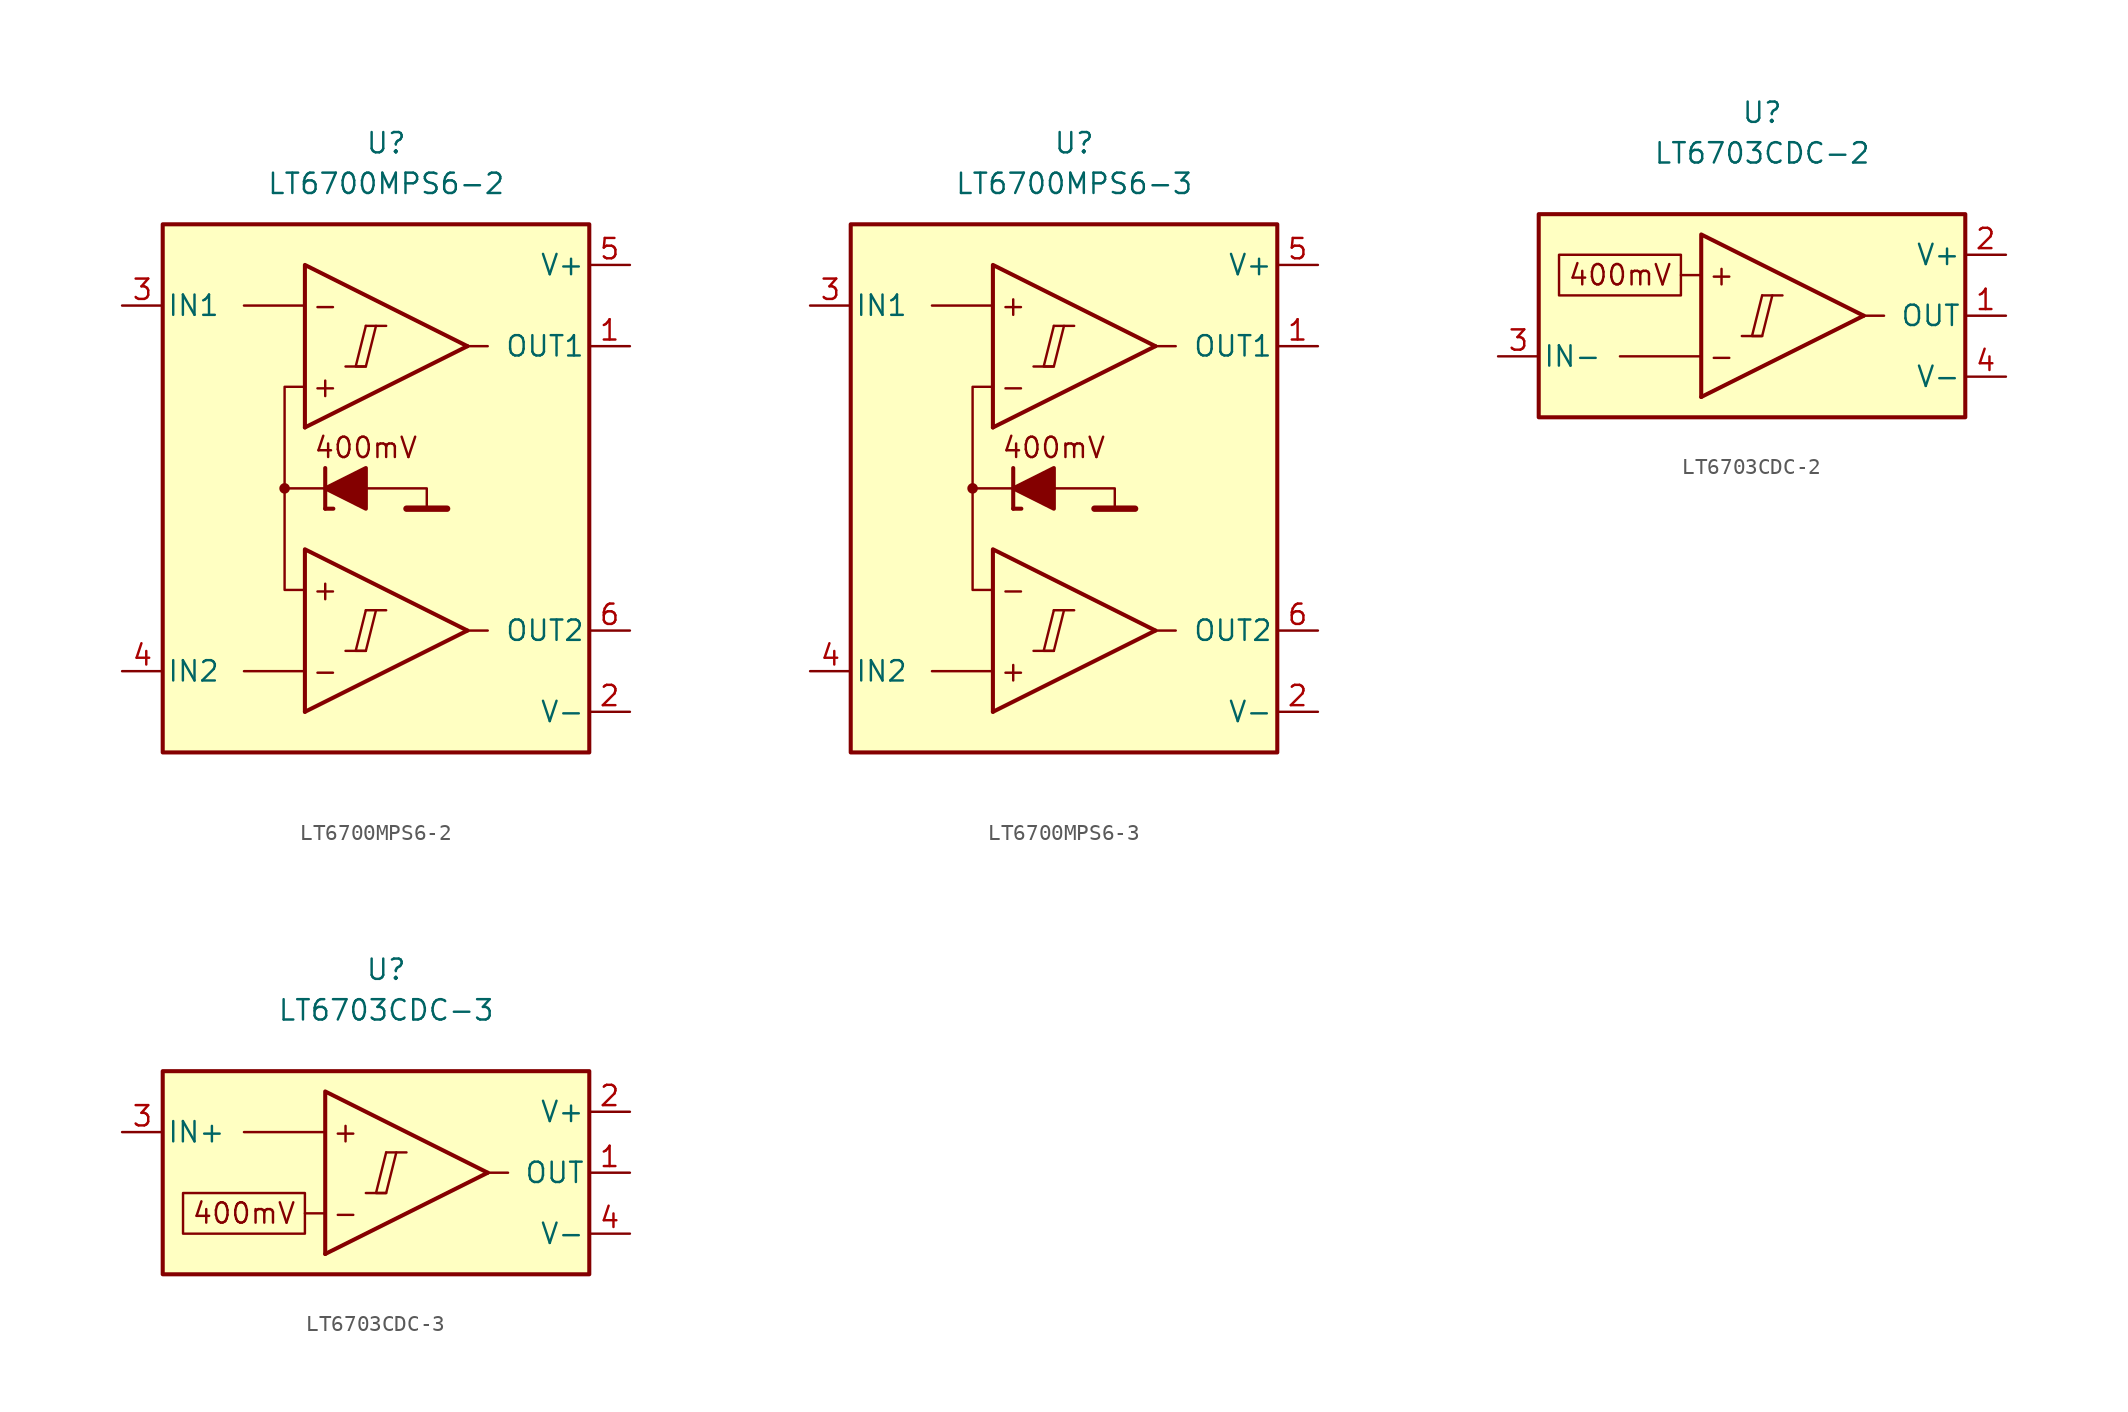
<source format=kicad_sym>
(kicad_symbol_lib
  (version 20231120)
  (generator "kicad_symbol_editor")
  (generator_version "8.0")
  (symbol "LT6700MPS6-2"
    (pin_names
      (offset 0.254))
    (property "Reference" "U"
      (at 0 22.86 0)
      (effects (font (size 1.27 1.27))))
    (property "Value" "LT6700MPS6-2"
      (at 0 20.32 0)
      (effects (font (size 1.27 1.27))))
    (symbol "LT6700MPS6-2_0_0"
      (rectangle (start -13.97 17.78) (end 12.7 -15.24) (stroke (width 0.254) (type default)) (fill (type background)))
      (circle (center -6.35 1.27) (radius 0.254) (stroke (width 0.152) (type default)) (fill (type outline)))
      (polyline (pts (xy -2.54 -8.89) (xy -1.27 -8.89)) (stroke (width 0.152) (type default)) (fill (type none)))
      (polyline (pts (xy -2.54 8.89) (xy -1.27 8.89)) (stroke (width 0.152) (type default)) (fill (type none)))
      (polyline (pts (xy -1.27 -6.35) (xy 0 -6.35)) (stroke (width 0.152) (type default)) (fill (type none)))
      (polyline (pts (xy -1.27 11.43) (xy 0 11.43)) (stroke (width 0.152) (type default)) (fill (type none)))
      (polyline (pts (xy 5.08 -7.62) (xy -5.08 -12.7)) (stroke (width 0.254) (type default)) (fill (type none)))
      (polyline (pts (xy 5.08 10.16) (xy -5.08 5.08)) (stroke (width 0.254) (type default)) (fill (type none)))
      (polyline (pts (xy 5.08 -7.62) (xy -5.08 -2.54) (xy -5.08 -12.7)) (stroke (width 0.254) (type default)) (fill (type background)))
      (polyline (pts (xy 5.08 10.16) (xy -5.08 15.24) (xy -5.08 5.08)) (stroke (width 0.254) (type default)) (fill (type background)))
      (polyline (pts (xy -1.27 -6.35) (xy -1.905 -8.89) (xy -1.27 -8.89) (xy -0.635 -6.35)) (stroke (width 0.152) (type default)) (fill (type none)))
      (polyline (pts (xy -1.27 11.43) (xy -1.905 8.89) (xy -1.27 8.89) (xy -0.635 11.43)) (stroke (width 0.152) (type default)) (fill (type none)))
      (text "+" (at -3.81 -5.08 0) (effects (font (size 1.27 1.27))))
      (text "+" (at -3.81 7.62 0) (effects (font (size 1.27 1.27))))
      (text "-" (at -3.81 -10.16 0) (effects (font (size 1.27 1.27))))
      (text "-" (at -3.81 12.7 0) (effects (font (size 1.27 1.27)))))
    (symbol "LT6700MPS6-2_0_1"
      (polyline (pts (xy -5.08 -10.16) (xy -8.89 -10.16)) (stroke (width 0) (type default)) (fill (type none)))
      (polyline (pts (xy -5.08 12.7) (xy -8.89 12.7)) (stroke (width 0) (type default)) (fill (type none)))
      (polyline (pts (xy -3.81 0) (xy -3.81 2.54)) (stroke (width 0.254) (type default)) (fill (type none)))
      (polyline (pts (xy -3.81 0) (xy -3.302 0)) (stroke (width 0.254) (type default)) (fill (type none)))
      (polyline (pts (xy -3.81 1.27) (xy -6.35 1.27)) (stroke (width 0.152) (type default)) (fill (type none)))
      (polyline (pts (xy 1.27 0) (xy 3.81 0)) (stroke (width 0.4) (type default)) (fill (type none)))
      (polyline (pts (xy 5.08 -7.62) (xy 6.35 -7.62)) (stroke (width 0) (type default)) (fill (type none)))
      (polyline (pts (xy 5.08 10.16) (xy 6.35 10.16)) (stroke (width 0) (type default)) (fill (type none)))
      (polyline (pts (xy -1.27 1.27) (xy 2.54 1.27) (xy 2.54 0)) (stroke (width 0.152) (type default)) (fill (type none)))
      (polyline (pts (xy -5.08 -5.08) (xy -6.35 -5.08) (xy -6.35 7.62) (xy -5.08 7.62)) (stroke (width 0.152) (type default)) (fill (type none)))
      (polyline (pts (xy -1.27 2.54) (xy -1.27 0) (xy -3.81 1.27) (xy -1.27 2.54)) (stroke (width 0.254) (type default)) (fill (type outline))))
    (symbol "LT6700MPS6-2_1_0"
      (text "400mV" (at -1.27 3.81 0) (effects (font (size 1.27 1.27)))))
    (symbol "LT6700MPS6-2_1_1"
      (pin output line (at 15.24 10.16 180) (length 2.54) (name "OUT1" (effects (font (size 1.27 1.27)))) (number "1" (effects (font (size 1.27 1.27)))))
      (pin power_in line (at 15.24 -12.7 180) (length 2.54) (name "V-" (effects (font (size 1.27 1.27)))) (number "2" (effects (font (size 1.27 1.27)))))
      (pin input line (at -16.51 12.7 0) (length 2.54) (name "IN1" (effects (font (size 1.27 1.27)))) (number "3" (effects (font (size 1.27 1.27)))))
      (pin input line (at -16.51 -10.16 0) (length 2.54) (name "IN2" (effects (font (size 1.27 1.27)))) (number "4" (effects (font (size 1.27 1.27)))))
      (pin power_in line (at 15.24 15.24 180) (length 2.54) (name "V+" (effects (font (size 1.27 1.27)))) (number "5" (effects (font (size 1.27 1.27)))))
      (pin output line (at 15.24 -7.62 180) (length 2.54) (name "OUT2" (effects (font (size 1.27 1.27)))) (number "6" (effects (font (size 1.27 1.27)))))))
  (symbol "LT6700MPS6-3"
    (pin_names
      (offset 0.254))
    (property "Reference" "U"
      (at 0 22.86 0)
      (effects (font (size 1.27 1.27))))
    (property "Value" "LT6700MPS6-3"
      (at 0 20.32 0)
      (effects (font (size 1.27 1.27))))
    (symbol "LT6700MPS6-3_0_0"
      (rectangle (start -13.97 17.78) (end 12.7 -15.24) (stroke (width 0.254) (type default)) (fill (type background)))
      (circle (center -6.35 1.27) (radius 0.254) (stroke (width 0.152) (type default)) (fill (type outline)))
      (polyline (pts (xy -2.54 -8.89) (xy -1.27 -8.89)) (stroke (width 0.152) (type default)) (fill (type none)))
      (polyline (pts (xy -2.54 8.89) (xy -1.27 8.89)) (stroke (width 0.152) (type default)) (fill (type none)))
      (polyline (pts (xy -1.27 -6.35) (xy 0 -6.35)) (stroke (width 0.152) (type default)) (fill (type none)))
      (polyline (pts (xy -1.27 11.43) (xy 0 11.43)) (stroke (width 0.152) (type default)) (fill (type none)))
      (polyline (pts (xy 5.08 -7.62) (xy -5.08 -12.7)) (stroke (width 0.254) (type default)) (fill (type none)))
      (polyline (pts (xy 5.08 10.16) (xy -5.08 5.08)) (stroke (width 0.254) (type default)) (fill (type none)))
      (polyline (pts (xy 5.08 -7.62) (xy -5.08 -2.54) (xy -5.08 -12.7)) (stroke (width 0.254) (type default)) (fill (type background)))
      (polyline (pts (xy 5.08 10.16) (xy -5.08 15.24) (xy -5.08 5.08)) (stroke (width 0.254) (type default)) (fill (type background)))
      (polyline (pts (xy -1.27 -6.35) (xy -1.905 -8.89) (xy -1.27 -8.89) (xy -0.635 -6.35)) (stroke (width 0.152) (type default)) (fill (type none)))
      (polyline (pts (xy -1.27 11.43) (xy -1.905 8.89) (xy -1.27 8.89) (xy -0.635 11.43)) (stroke (width 0.152) (type default)) (fill (type none)))
      (text "+" (at -3.81 -10.16 0) (effects (font (size 1.27 1.27))))
      (text "+" (at -3.81 12.7 0) (effects (font (size 1.27 1.27))))
      (text "-" (at -3.81 -5.08 0) (effects (font (size 1.27 1.27))))
      (text "-" (at -3.81 7.62 0) (effects (font (size 1.27 1.27)))))
    (symbol "LT6700MPS6-3_0_1"
      (polyline (pts (xy -5.08 -10.16) (xy -8.89 -10.16)) (stroke (width 0) (type default)) (fill (type none)))
      (polyline (pts (xy -5.08 12.7) (xy -8.89 12.7)) (stroke (width 0) (type default)) (fill (type none)))
      (polyline (pts (xy -3.81 0) (xy -3.81 2.54)) (stroke (width 0.254) (type default)) (fill (type none)))
      (polyline (pts (xy -3.81 0) (xy -3.302 0)) (stroke (width 0.254) (type default)) (fill (type none)))
      (polyline (pts (xy -3.81 1.27) (xy -6.35 1.27)) (stroke (width 0.152) (type default)) (fill (type none)))
      (polyline (pts (xy 1.27 0) (xy 3.81 0)) (stroke (width 0.4) (type default)) (fill (type none)))
      (polyline (pts (xy 5.08 -7.62) (xy 6.35 -7.62)) (stroke (width 0) (type default)) (fill (type none)))
      (polyline (pts (xy 5.08 10.16) (xy 6.35 10.16)) (stroke (width 0) (type default)) (fill (type none)))
      (polyline (pts (xy -1.27 1.27) (xy 2.54 1.27) (xy 2.54 0)) (stroke (width 0.152) (type default)) (fill (type none)))
      (polyline (pts (xy -5.08 -5.08) (xy -6.35 -5.08) (xy -6.35 7.62) (xy -5.08 7.62)) (stroke (width 0.152) (type default)) (fill (type none)))
      (polyline (pts (xy -1.27 2.54) (xy -1.27 0) (xy -3.81 1.27) (xy -1.27 2.54)) (stroke (width 0.254) (type default)) (fill (type outline))))
    (symbol "LT6700MPS6-3_1_0"
      (text "400mV" (at -1.27 3.81 0) (effects (font (size 1.27 1.27)))))
    (symbol "LT6700MPS6-3_1_1"
      (pin output line (at 15.24 10.16 180) (length 2.54) (name "OUT1" (effects (font (size 1.27 1.27)))) (number "1" (effects (font (size 1.27 1.27)))))
      (pin power_in line (at 15.24 -12.7 180) (length 2.54) (name "V-" (effects (font (size 1.27 1.27)))) (number "2" (effects (font (size 1.27 1.27)))))
      (pin input line (at -16.51 12.7 0) (length 2.54) (name "IN1" (effects (font (size 1.27 1.27)))) (number "3" (effects (font (size 1.27 1.27)))))
      (pin input line (at -16.51 -10.16 0) (length 2.54) (name "IN2" (effects (font (size 1.27 1.27)))) (number "4" (effects (font (size 1.27 1.27)))))
      (pin power_in line (at 15.24 15.24 180) (length 2.54) (name "V+" (effects (font (size 1.27 1.27)))) (number "5" (effects (font (size 1.27 1.27)))))
      (pin output line (at 15.24 -7.62 180) (length 2.54) (name "OUT2" (effects (font (size 1.27 1.27)))) (number "6" (effects (font (size 1.27 1.27)))))))
  (symbol "LT6703CDC-2"
    (pin_names
      (offset 0.254))
    (property "Reference" "U"
      (at 0 12.7 0)
      (effects (font (size 1.27 1.27))))
    (property "Value" "LT6703CDC-2"
      (at 0 10.16 0)
      (effects (font (size 1.27 1.27))))
    (symbol "LT6703CDC-2_0_0"
      (polyline (pts (xy -1.27 -1.27) (xy 0 -1.27)) (stroke (width 0.152) (type default)) (fill (type none)))
      (polyline (pts (xy 0 1.27) (xy 1.27 1.27)) (stroke (width 0.152) (type default)) (fill (type none)))
      (polyline (pts (xy 6.35 0) (xy -3.81 -5.08)) (stroke (width 0.254) (type default)) (fill (type none)))
      (polyline (pts (xy 6.35 0) (xy -3.81 5.08) (xy -3.81 -5.08)) (stroke (width 0.254) (type default)) (fill (type background)))
      (polyline (pts (xy 0 1.27) (xy -0.635 -1.27) (xy 0 -1.27) (xy 0.635 1.27)) (stroke (width 0.152) (type default)) (fill (type none)))
      (text "+" (at -2.54 2.54 0) (effects (font (size 1.27 1.27))))
      (text "-" (at -2.54 -2.54 0) (effects (font (size 1.27 1.27)))))
    (symbol "LT6703CDC-2_0_1"
      (polyline (pts (xy -3.81 -2.54) (xy -8.89 -2.54)) (stroke (width 0) (type default)) (fill (type none)))
      (polyline (pts (xy -3.81 2.54) (xy -5.08 2.54)) (stroke (width 0) (type default)) (fill (type none)))
      (polyline (pts (xy 6.35 0) (xy 7.62 0)) (stroke (width 0) (type default)) (fill (type none))))
    (symbol "LT6703CDC-2_1_0"
      (rectangle (start -13.97 6.35) (end 12.7 -6.35) (stroke (width 0.254) (type default)) (fill (type background)))
      (rectangle (start -12.7 3.81) (end -5.08 1.27) (stroke (width 0.152) (type default)) (fill (type none)))
      (text "400mV" (at -8.89 2.54 0) (effects (font (size 1.27 1.27)))))
    (symbol "LT6703CDC-2_1_1"
      (pin output line (at 15.24 0 180) (length 2.54) (name "OUT" (effects (font (size 1.27 1.27)))) (number "1" (effects (font (size 1.27 1.27)))))
      (pin power_in line (at 15.24 3.81 180) (length 2.54) (name "V+" (effects (font (size 1.27 1.27)))) (number "2" (effects (font (size 1.27 1.27)))))
      (pin input line (at -16.51 -2.54 0) (length 2.54) (name "IN-" (effects (font (size 1.27 1.27)))) (number "3" (effects (font (size 1.27 1.27)))))
      (pin power_in line (at 15.24 -3.81 180) (length 2.54) (name "V-" (effects (font (size 1.27 1.27)))) (number "4" (effects (font (size 1.27 1.27)))))))
  (symbol "LT6703CDC-3"
    (pin_names
      (offset 0.254))
    (property "Reference" "U"
      (at 0 12.7 0)
      (effects (font (size 1.27 1.27))))
    (property "Value" "LT6703CDC-3"
      (at 0 10.16 0)
      (effects (font (size 1.27 1.27))))
    (symbol "LT6703CDC-3_0_0"
      (polyline (pts (xy -1.27 -1.27) (xy 0 -1.27)) (stroke (width 0.152) (type default)) (fill (type none)))
      (polyline (pts (xy 0 1.27) (xy 1.27 1.27)) (stroke (width 0.152) (type default)) (fill (type none)))
      (polyline (pts (xy 6.35 0) (xy -3.81 -5.08)) (stroke (width 0.254) (type default)) (fill (type none)))
      (polyline (pts (xy 6.35 0) (xy -3.81 5.08) (xy -3.81 -5.08)) (stroke (width 0.254) (type default)) (fill (type background)))
      (polyline (pts (xy 0 1.27) (xy -0.635 -1.27) (xy 0 -1.27) (xy 0.635 1.27)) (stroke (width 0.152) (type default)) (fill (type none)))
      (text "+" (at -2.54 2.54 0) (effects (font (size 1.27 1.27))))
      (text "-" (at -2.54 -2.54 0) (effects (font (size 1.27 1.27)))))
    (symbol "LT6703CDC-3_0_1"
      (polyline (pts (xy -3.81 -2.54) (xy -5.08 -2.54)) (stroke (width 0) (type default)) (fill (type none)))
      (polyline (pts (xy -3.81 2.54) (xy -8.89 2.54)) (stroke (width 0) (type default)) (fill (type none)))
      (polyline (pts (xy 6.35 0) (xy 7.62 0)) (stroke (width 0) (type default)) (fill (type none))))
    (symbol "LT6703CDC-3_1_0"
      (rectangle (start -13.97 6.35) (end 12.7 -6.35) (stroke (width 0.254) (type default)) (fill (type background)))
      (rectangle (start -12.7 -1.27) (end -5.08 -3.81) (stroke (width 0.152) (type default)) (fill (type none)))
      (text "400mV" (at -8.89 -2.54 0) (effects (font (size 1.27 1.27)))))
    (symbol "LT6703CDC-3_1_1"
      (pin output line (at 15.24 0 180) (length 2.54) (name "OUT" (effects (font (size 1.27 1.27)))) (number "1" (effects (font (size 1.27 1.27)))))
      (pin power_in line (at 15.24 3.81 180) (length 2.54) (name "V+" (effects (font (size 1.27 1.27)))) (number "2" (effects (font (size 1.27 1.27)))))
      (pin input line (at -16.51 2.54 0) (length 2.54) (name "IN+" (effects (font (size 1.27 1.27)))) (number "3" (effects (font (size 1.27 1.27)))))
      (pin power_in line (at 15.24 -3.81 180) (length 2.54) (name "V-" (effects (font (size 1.27 1.27)))) (number "4" (effects (font (size 1.27 1.27))))))))
</source>
